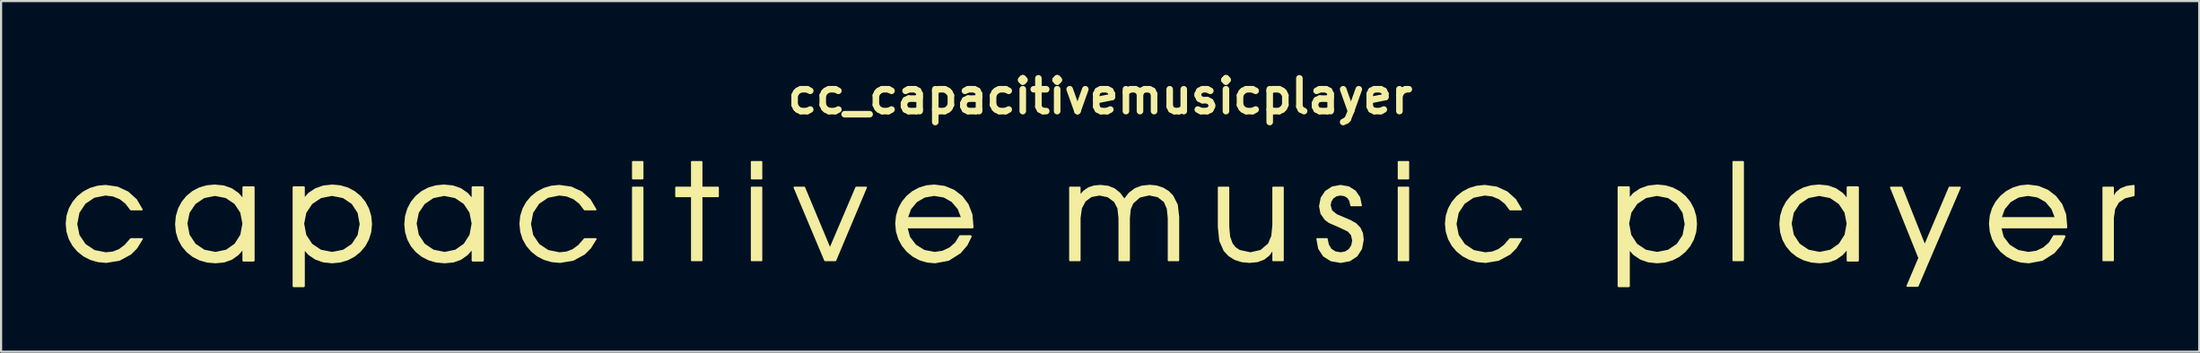
<source format=kicad_pcb>
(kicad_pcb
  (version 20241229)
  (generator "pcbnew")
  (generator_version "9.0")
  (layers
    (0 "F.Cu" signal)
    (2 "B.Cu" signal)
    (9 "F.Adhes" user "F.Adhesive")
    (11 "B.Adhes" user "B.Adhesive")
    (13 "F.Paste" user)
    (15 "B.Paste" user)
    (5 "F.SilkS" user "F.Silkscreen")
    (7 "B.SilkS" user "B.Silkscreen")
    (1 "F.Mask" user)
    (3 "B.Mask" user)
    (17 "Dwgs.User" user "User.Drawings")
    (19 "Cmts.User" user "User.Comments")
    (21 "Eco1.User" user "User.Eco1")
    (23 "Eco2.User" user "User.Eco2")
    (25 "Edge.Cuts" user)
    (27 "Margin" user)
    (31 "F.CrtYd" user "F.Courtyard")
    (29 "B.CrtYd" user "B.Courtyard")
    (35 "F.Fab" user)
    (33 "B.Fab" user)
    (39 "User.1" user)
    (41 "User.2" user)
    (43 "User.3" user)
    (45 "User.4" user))
  (footprint "cc_capacitivemusicplayer"
    (layer "F.Cu")
    (at 48.036 7.363)
    (property "Reference" "cc_capacitivemusicplayer" (at 0 -5.936 0) (layer "F.SilkS") (effects (font (size 1.524 1.524) (thickness 0.305))))
    (attr smd)
    (fp_poly (pts (xy -21.702 -2.106) (xy -21.243 -2.106) (xy -21.243 -2.888) (xy -21.702 -2.888) (xy -21.702 -2.106)) (stroke (width 0.072) (type solid)) (fill yes) (layer "F.SilkS"))
    (fp_poly (pts (xy -16.184 -2.106) (xy -15.724 -2.106) (xy -15.724 -2.888) (xy -16.184 -2.888) (xy -16.184 -2.106)) (stroke (width 0.072) (type solid)) (fill yes) (layer "F.SilkS"))
    (fp_poly (pts (xy -16.184 1.697) (xy -15.724 1.697) (xy -15.724 -1.697) (xy -16.184 -1.697) (xy -16.184 1.697)) (stroke (width 0.072) (type solid)) (fill yes) (layer "F.SilkS"))
    (fp_poly (pts (xy 13.855 -2.106) (xy 14.314 -2.106) (xy 14.314 -2.888) (xy 13.855 -2.888) (xy 13.855 -2.106)) (stroke (width 0.072) (type solid)) (fill yes) (layer "F.SilkS"))
    (fp_poly (pts (xy 13.855 1.697) (xy 14.314 1.697) (xy 14.314 -1.697) (xy 13.855 -1.697) (xy 13.855 1.697)) (stroke (width 0.072) (type solid)) (fill yes) (layer "F.SilkS"))
    (fp_poly (pts (xy -21.702 1.697) (xy -21.243 1.697) (xy -21.243 -1.697) (xy -21.702 -1.697) (xy -21.702 1.697) (xy -21.702 1.697)) (stroke (width 0.072) (type solid)) (fill yes) (layer "F.SilkS"))
    (fp_poly (pts (xy 29.399 1.697) (xy 29.858 1.697) (xy 29.858 -2.888) (xy 29.399 -2.888) (xy 29.399 1.697) (xy 29.399 1.697)) (stroke (width 0.072) (type solid)) (fill yes) (layer "F.SilkS"))
    (fp_poly (pts (xy -12.775 1.697) (xy -12.291 1.697) (xy -10.864 -1.697) (xy -11.329 -1.697) (xy -12.545 1.157) (xy -13.737 -1.697) (xy -14.202 -1.697) (xy -12.775 1.697)) (stroke (width 0.072) (type solid)) (fill yes) (layer "F.SilkS"))
    (fp_poly (pts (xy 37.478 2.888) (xy 37.968 2.888) (xy 39.929 -1.697) (xy 39.439 -1.697) (xy 38.291 1.008) (xy 37.217 -1.697) (xy 36.715 -1.697) (xy 38.03 1.585) (xy 37.478 2.888)) (stroke (width 0.072) (type solid)) (fill yes) (layer "F.SilkS"))
    (fp_poly (pts (xy -18.963 1.697) (xy -18.504 1.697) (xy -18.504 -1.281) (xy -17.741 -1.281) (xy -17.741 -1.697) (xy -18.504 -1.697) (xy -18.504 -2.888) (xy -18.963 -2.888) (xy -18.963 -1.697) (xy -19.695 -1.697) (xy -19.695 -1.281) (xy -18.963 -1.281) (xy -18.963 1.697)) (stroke (width 0.072) (type solid)) (fill yes) (layer "F.SilkS"))
    (fp_poly (pts (xy 46.579 1.697) (xy 47.038 1.697) (xy 47.038 -0.282) (xy 47.099 -0.703) (xy 47.28 -1.018) (xy 47.58 -1.225) (xy 48 -1.325) (xy 48 -1.778) (xy 47.668 -1.731) (xy 47.403 -1.626) (xy 47.196 -1.455) (xy 47.038 -1.213) (xy 47.038 -1.697) (xy 46.579 -1.697) (xy 46.579 1.697)) (stroke (width 0.072) (type solid)) (fill yes) (layer "F.SilkS"))
    (fp_poly (pts (xy 8.491 -1.697) (xy 8.032 -1.697) (xy 8.032 0.046) (xy 7.983 0.567) (xy 7.827 0.934) (xy 7.463 1.245) (xy 6.977 1.356) (xy 6.466 1.244) (xy 6.267 1.11) (xy 6.121 0.927) (xy 6.001 0.596) (xy 5.96 0.133) (xy 5.96 -1.697) (xy 5.501 -1.697) (xy 5.501 0.133) (xy 5.567 0.781) (xy 5.768 1.238) (xy 5.987 1.471) (xy 6.258 1.64) (xy 6.578 1.743) (xy 6.94 1.777) (xy 7.301 1.742) (xy 7.598 1.632) (xy 7.839 1.442) (xy 8.032 1.169) (xy 8.032 1.697) (xy 8.491 1.697) (xy 8.491 -1.697) (xy 8.491 -1.697)) (stroke (width 0.072) (type solid)) (fill yes) (layer "F.SilkS"))
    (fp_poly (pts (xy -45.01 0.698) (xy -45.273 1) (xy -45.543 1.204) (xy -45.837 1.319) (xy -46.17 1.356) (xy -46.705 1.25) (xy -47.138 0.961) (xy -47.429 0.531) (xy -47.535 0.003) (xy -47.431 -0.531) (xy -47.145 -0.963) (xy -46.718 -1.251) (xy -46.188 -1.356) (xy -45.829 -1.311) (xy -45.508 -1.179) (xy -45.233 -0.963) (xy -45.01 -0.667) (xy -44.495 -0.667) (xy -44.766 -1.128) (xy -45.155 -1.478) (xy -45.635 -1.7) (xy -46.182 -1.778) (xy -46.552 -1.742) (xy -46.895 -1.64) (xy -47.204 -1.478) (xy -47.473 -1.263) (xy -47.693 -1.002) (xy -47.859 -0.702) (xy -47.964 -0.369) (xy -48 -0.009) (xy -47.963 0.358) (xy -47.858 0.696) (xy -47.69 1) (xy -47.466 1.263) (xy -47.194 1.479) (xy -46.88 1.641) (xy -46.53 1.742) (xy -46.151 1.777) (xy -45.547 1.678) (xy -45.022 1.393) (xy -44.744 1.113) (xy -44.488 0.698) (xy -45.01 0.698) (xy -45.01 0.698)) (stroke (width 0.072) (type solid)) (fill yes) (layer "F.SilkS"))
    (fp_poly (pts (xy -23.939 0.698) (xy -24.203 1) (xy -24.473 1.204) (xy -24.767 1.319) (xy -25.1 1.356) (xy -25.635 1.25) (xy -26.068 0.961) (xy -26.359 0.531) (xy -26.465 0.003) (xy -26.361 -0.531) (xy -26.075 -0.963) (xy -25.648 -1.251) (xy -25.118 -1.356) (xy -24.759 -1.311) (xy -24.438 -1.179) (xy -24.163 -0.963) (xy -23.939 -0.667) (xy -23.424 -0.667) (xy -23.696 -1.128) (xy -24.084 -1.478) (xy -24.565 -1.7) (xy -25.112 -1.778) (xy -25.482 -1.742) (xy -25.825 -1.64) (xy -26.134 -1.478) (xy -26.403 -1.263) (xy -26.623 -1.002) (xy -26.789 -0.702) (xy -26.894 -0.369) (xy -26.93 -0.009) (xy -26.893 0.358) (xy -26.788 0.696) (xy -26.62 1) (xy -26.396 1.263) (xy -26.124 1.479) (xy -25.81 1.641) (xy -25.46 1.742) (xy -25.081 1.777) (xy -24.477 1.678) (xy -23.952 1.393) (xy -23.673 1.113) (xy -23.418 0.698) (xy -23.939 0.698) (xy -23.939 0.698)) (stroke (width 0.072) (type solid)) (fill yes) (layer "F.SilkS"))
    (fp_poly (pts (xy 19.038 0.698) (xy 18.774 1) (xy 18.504 1.204) (xy 18.211 1.319) (xy 17.878 1.356) (xy 17.342 1.25) (xy 16.909 0.961) (xy 16.619 0.531) (xy 16.513 0.003) (xy 16.616 -0.531) (xy 16.902 -0.963) (xy 17.329 -1.251) (xy 17.859 -1.356) (xy 18.218 -1.311) (xy 18.539 -1.179) (xy 18.814 -0.963) (xy 19.038 -0.667) (xy 19.553 -0.667) (xy 19.281 -1.128) (xy 18.893 -1.478) (xy 18.412 -1.7) (xy 17.865 -1.778) (xy 17.495 -1.742) (xy 17.152 -1.64) (xy 16.843 -1.478) (xy 16.575 -1.263) (xy 16.354 -1.002) (xy 16.188 -0.702) (xy 16.084 -0.369) (xy 16.047 -0.009) (xy 16.084 0.358) (xy 16.19 0.696) (xy 16.357 1) (xy 16.581 1.263) (xy 16.853 1.479) (xy 17.167 1.641) (xy 17.517 1.742) (xy 17.896 1.777) (xy 18.5 1.678) (xy 19.025 1.393) (xy 19.304 1.113) (xy 19.559 0.698) (xy 19.038 0.698) (xy 19.038 0.698)) (stroke (width 0.072) (type solid)) (fill yes) (layer "F.SilkS"))
    (fp_poly (pts (xy -1.403 1.697) (xy -0.944 1.697) (xy -0.944 -0.282) (xy -0.881 -0.735) (xy -0.702 -1.073) (xy -0.415 -1.283) (xy -0.031 -1.356) (xy 0.364 -1.275) (xy 0.676 -1.045) (xy 0.837 -0.731) (xy 0.887 -0.282) (xy 0.887 1.697) (xy 1.346 1.697) (xy 1.346 -0.27) (xy 1.385 -0.683) (xy 1.507 -0.971) (xy 1.831 -1.26) (xy 2.277 -1.362) (xy 2.687 -1.277) (xy 2.99 -1.039) (xy 3.13 -0.717) (xy 3.176 -0.27) (xy 3.176 1.697) (xy 3.635 1.697) (xy 3.635 -0.32) (xy 3.571 -0.887) (xy 3.362 -1.3) (xy 3.159 -1.506) (xy 2.909 -1.658) (xy 2.62 -1.752) (xy 2.301 -1.784) (xy 1.935 -1.745) (xy 1.621 -1.625) (xy 1.353 -1.42) (xy 1.123 -1.126) (xy 0.908 -1.419) (xy 0.658 -1.622) (xy 0.363 -1.74) (xy 0.012 -1.778) (xy -0.281 -1.752) (xy -0.529 -1.67) (xy -0.745 -1.524) (xy -0.944 -1.306) (xy -0.944 -1.697) (xy -1.403 -1.697) (xy -1.403 1.697) (xy -1.403 1.697)) (stroke (width 0.072) (type solid)) (fill yes) (layer "F.SilkS"))
    (fp_poly (pts (xy -41.115 -1.778) (xy -41.103 -1.356) (xy -40.581 -1.253) (xy -40.16 -0.969) (xy -39.878 -0.544) (xy -39.775 -0.016) (xy -39.876 0.523) (xy -40.152 0.958) (xy -40.566 1.249) (xy -41.078 1.356) (xy -41.615 1.249) (xy -42.046 0.958) (xy -42.333 0.521) (xy -42.437 -0.022) (xy -42.332 -0.541) (xy -42.046 -0.965) (xy -41.623 -1.251) (xy -41.103 -1.356) (xy -41.115 -1.778) (xy -41.484 -1.743) (xy -41.824 -1.642) (xy -42.128 -1.481) (xy -42.39 -1.266) (xy -42.605 -1.003) (xy -42.766 -0.699) (xy -42.867 -0.36) (xy -42.902 0.009) (xy -42.867 0.376) (xy -42.765 0.712) (xy -42.602 1.013) (xy -42.384 1.273) (xy -42.118 1.485) (xy -41.808 1.644) (xy -41.462 1.743) (xy -41.084 1.777) (xy -40.687 1.74) (xy -40.348 1.621) (xy -40.05 1.411) (xy -39.775 1.101) (xy -39.775 1.697) (xy -39.316 1.697) (xy -39.316 -1.697) (xy -39.775 -1.697) (xy -39.775 -1.095) (xy -40.043 -1.401) (xy -40.35 -1.613) (xy -40.704 -1.737) (xy -41.115 -1.778)) (stroke (width 0.107) (type solid)) (fill yes) (layer "F.SilkS"))
    (fp_poly (pts (xy -35.651 -1.778) (xy -35.669 -1.356) (xy -35.138 -1.253) (xy -34.713 -0.966) (xy -34.431 -0.534) (xy -34.329 0.009) (xy -34.431 0.542) (xy -34.713 0.969) (xy -35.135 1.253) (xy -35.663 1.356) (xy -36.201 1.251) (xy -36.63 0.963) (xy -36.914 0.528) (xy -37.016 -0.016) (xy -36.911 -0.541) (xy -36.624 -0.967) (xy -36.196 -1.252) (xy -35.669 -1.356) (xy -35.651 -1.778) (xy -36.062 -1.734) (xy -36.427 -1.606) (xy -36.737 -1.398) (xy -36.985 -1.114) (xy -36.985 -1.697) (xy -37.444 -1.697) (xy -37.444 2.888) (xy -36.985 2.888) (xy -36.985 1.114) (xy -36.732 1.4) (xy -36.424 1.608) (xy -36.066 1.735) (xy -35.663 1.777) (xy -35.295 1.742) (xy -34.955 1.641) (xy -34.649 1.48) (xy -34.384 1.265) (xy -34.166 1.005) (xy -34.003 0.704) (xy -33.899 0.37) (xy -33.864 0.009) (xy -33.899 -0.358) (xy -34.001 -0.696) (xy -34.162 -1.001) (xy -34.378 -1.264) (xy -34.641 -1.479) (xy -34.945 -1.641) (xy -35.284 -1.742) (xy -35.651 -1.778)) (stroke (width 0.107) (type solid)) (fill yes) (layer "F.SilkS"))
    (fp_poly (pts (xy -30.471 -1.778) (xy -30.459 -1.356) (xy -29.937 -1.253) (xy -29.516 -0.969) (xy -29.234 -0.544) (xy -29.131 -0.016) (xy -29.232 0.523) (xy -29.508 0.958) (xy -29.921 1.249) (xy -30.434 1.356) (xy -30.971 1.249) (xy -31.402 0.958) (xy -31.689 0.521) (xy -31.793 -0.022) (xy -31.688 -0.541) (xy -31.402 -0.965) (xy -30.979 -1.251) (xy -30.459 -1.356) (xy -30.471 -1.778) (xy -30.84 -1.743) (xy -31.18 -1.642) (xy -31.484 -1.481) (xy -31.746 -1.266) (xy -31.961 -1.003) (xy -32.122 -0.699) (xy -32.223 -0.36) (xy -32.258 0.009) (xy -32.223 0.376) (xy -32.121 0.712) (xy -31.958 1.013) (xy -31.74 1.273) (xy -31.474 1.485) (xy -31.164 1.644) (xy -30.818 1.743) (xy -30.44 1.777) (xy -30.043 1.74) (xy -29.704 1.621) (xy -29.407 1.411) (xy -29.131 1.101) (xy -29.131 1.697) (xy -28.672 1.697) (xy -28.672 -1.697) (xy -29.131 -1.697) (xy -29.131 -1.095) (xy -29.399 -1.401) (xy -29.706 -1.613) (xy -30.06 -1.737) (xy -30.471 -1.778)) (stroke (width 0.107) (type solid)) (fill yes) (layer "F.SilkS"))
    (fp_poly (pts (xy -7.701 -1.778) (xy -7.707 -1.356) (xy -7.245 -1.28) (xy -6.861 -1.063) (xy -6.57 -0.72) (xy -6.392 -0.264) (xy -8.991 -0.264) (xy -8.829 -0.709) (xy -8.544 -1.054) (xy -8.162 -1.277) (xy -7.707 -1.356) (xy -7.701 -1.778) (xy -8.06 -1.743) (xy -8.392 -1.641) (xy -8.692 -1.48) (xy -8.951 -1.266) (xy -9.165 -1.007) (xy -9.326 -0.707) (xy -9.427 -0.374) (xy -9.462 -0.016) (xy -9.427 0.35) (xy -9.324 0.689) (xy -9.16 0.994) (xy -8.943 1.258) (xy -8.679 1.475) (xy -8.374 1.639) (xy -8.035 1.742) (xy -7.669 1.777) (xy -7.046 1.661) (xy -6.516 1.324) (xy -6.211 0.971) (xy -6.019 0.58) (xy -6.497 0.58) (xy -6.691 0.898) (xy -6.969 1.142) (xy -7.307 1.3) (xy -7.682 1.356) (xy -8.176 1.262) (xy -8.589 1.005) (xy -8.879 0.623) (xy -9.003 0.152) (xy -5.932 0.152) (xy -5.984 -0.435) (xy -6.162 -0.896) (xy -6.44 -1.262) (xy -6.803 -1.54) (xy -7.231 -1.716) (xy -7.701 -1.778)) (stroke (width 0.107) (type solid)) (fill yes) (layer "F.SilkS"))
    (fp_poly (pts (xy 25.876 -1.778) (xy 25.857 -1.356) (xy 26.389 -1.253) (xy 26.814 -0.966) (xy 27.095 -0.534) (xy 27.198 0.009) (xy 27.096 0.542) (xy 26.815 0.969) (xy 26.391 1.253) (xy 25.864 1.356) (xy 25.325 1.251) (xy 24.896 0.963) (xy 24.613 0.528) (xy 24.511 -0.016) (xy 24.616 -0.541) (xy 24.903 -0.967) (xy 25.33 -1.252) (xy 25.857 -1.356) (xy 25.876 -1.778) (xy 25.464 -1.734) (xy 25.1 -1.606) (xy 24.79 -1.398) (xy 24.542 -1.114) (xy 24.542 -1.697) (xy 24.083 -1.697) (xy 24.083 2.888) (xy 24.542 2.888) (xy 24.542 1.114) (xy 24.795 1.4) (xy 25.103 1.608) (xy 25.461 1.735) (xy 25.864 1.777) (xy 26.231 1.742) (xy 26.572 1.641) (xy 26.878 1.48) (xy 27.143 1.265) (xy 27.36 1.005) (xy 27.524 0.704) (xy 27.627 0.37) (xy 27.663 0.009) (xy 27.628 -0.358) (xy 27.526 -0.696) (xy 27.364 -1.001) (xy 27.149 -1.264) (xy 26.886 -1.479) (xy 26.582 -1.641) (xy 26.243 -1.742) (xy 25.876 -1.778)) (stroke (width 0.107) (type solid)) (fill yes) (layer "F.SilkS"))
    (fp_poly (pts (xy 33.379 -1.778) (xy 33.391 -1.356) (xy 33.913 -1.253) (xy 34.334 -0.969) (xy 34.616 -0.544) (xy 34.719 -0.016) (xy 34.618 0.523) (xy 34.342 0.958) (xy 33.928 1.249) (xy 33.415 1.356) (xy 32.879 1.249) (xy 32.448 0.958) (xy 32.161 0.521) (xy 32.057 -0.022) (xy 32.161 -0.541) (xy 32.447 -0.965) (xy 32.871 -1.251) (xy 33.391 -1.356) (xy 33.379 -1.778) (xy 33.01 -1.743) (xy 32.67 -1.642) (xy 32.366 -1.481) (xy 32.104 -1.266) (xy 31.889 -1.003) (xy 31.728 -0.699) (xy 31.627 -0.36) (xy 31.592 0.009) (xy 31.627 0.376) (xy 31.729 0.712) (xy 31.892 1.013) (xy 32.11 1.273) (xy 32.376 1.485) (xy 32.686 1.644) (xy 33.032 1.743) (xy 33.409 1.777) (xy 33.807 1.74) (xy 34.145 1.621) (xy 34.443 1.411) (xy 34.719 1.101) (xy 34.719 1.697) (xy 35.178 1.697) (xy 35.178 -1.697) (xy 34.719 -1.697) (xy 34.719 -1.095) (xy 34.451 -1.401) (xy 34.144 -1.613) (xy 33.789 -1.737) (xy 33.379 -1.778)) (stroke (width 0.107) (type solid)) (fill yes) (layer "F.SilkS"))
    (fp_poly (pts (xy 43.089 -1.778) (xy 43.083 -1.356) (xy 43.544 -1.28) (xy 43.929 -1.063) (xy 44.219 -0.72) (xy 44.398 -0.264) (xy 41.798 -0.264) (xy 41.96 -0.709) (xy 42.245 -1.054) (xy 42.627 -1.277) (xy 43.083 -1.356) (xy 43.089 -1.778) (xy 42.73 -1.743) (xy 42.398 -1.641) (xy 42.098 -1.48) (xy 41.838 -1.266) (xy 41.624 -1.007) (xy 41.463 -0.707) (xy 41.362 -0.374) (xy 41.327 -0.016) (xy 41.363 0.35) (xy 41.465 0.689) (xy 41.629 0.994) (xy 41.846 1.258) (xy 42.111 1.475) (xy 42.416 1.639) (xy 42.754 1.742) (xy 43.12 1.777) (xy 43.744 1.661) (xy 44.274 1.324) (xy 44.578 0.971) (xy 44.77 0.58) (xy 44.293 0.58) (xy 44.099 0.898) (xy 43.821 1.142) (xy 43.483 1.3) (xy 43.107 1.356) (xy 42.613 1.262) (xy 42.2 1.005) (xy 41.91 0.623) (xy 41.786 0.152) (xy 44.857 0.152) (xy 44.805 -0.435) (xy 44.628 -0.896) (xy 44.349 -1.262) (xy 43.986 -1.54) (xy 43.559 -1.716) (xy 43.089 -1.778)) (stroke (width 0.107) (type solid)) (fill yes) (layer "F.SilkS"))
    (fp_poly (pts (xy 10.077 0.698) (xy 10.159 1.144) (xy 10.381 1.484) (xy 10.724 1.701) (xy 11.169 1.777) (xy 11.587 1.7) (xy 11.915 1.483) (xy 12.129 1.149) (xy 12.205 0.723) (xy 12.169 0.435) (xy 12.059 0.195) (xy 11.875 0.002) (xy 11.616 -0.146) (xy 10.977 -0.419) (xy 10.743 -0.607) (xy 10.667 -0.866) (xy 10.705 -1.057) (xy 10.809 -1.213) (xy 10.965 -1.318) (xy 11.157 -1.356) (xy 11.356 -1.324) (xy 11.507 -1.229) (xy 11.607 -1.073) (xy 11.653 -0.859) (xy 12.118 -0.859) (xy 12.038 -1.233) (xy 11.838 -1.523) (xy 11.54 -1.711) (xy 11.163 -1.778) (xy 10.78 -1.706) (xy 10.475 -1.507) (xy 10.274 -1.204) (xy 10.201 -0.822) (xy 10.266 -0.486) (xy 10.456 -0.214) (xy 10.643 -0.075) (xy 11.082 0.115) (xy 11.523 0.326) (xy 11.682 0.511) (xy 11.74 0.766) (xy 11.697 1.002) (xy 11.578 1.189) (xy 11.397 1.311) (xy 11.169 1.356) (xy 10.913 1.311) (xy 10.717 1.183) (xy 10.587 0.976) (xy 10.53 0.698) (xy 10.077 0.698) (xy 10.077 0.698)) (stroke (width 0.072) (type solid)) (fill yes) (layer "F.SilkS")))
  (gr_rect
    (start -3 -3)
    (end 99.072 13.304)
    (stroke (width 0.1) (type default))
    (fill no)
    (layer "Edge.Cuts")))
</source>
